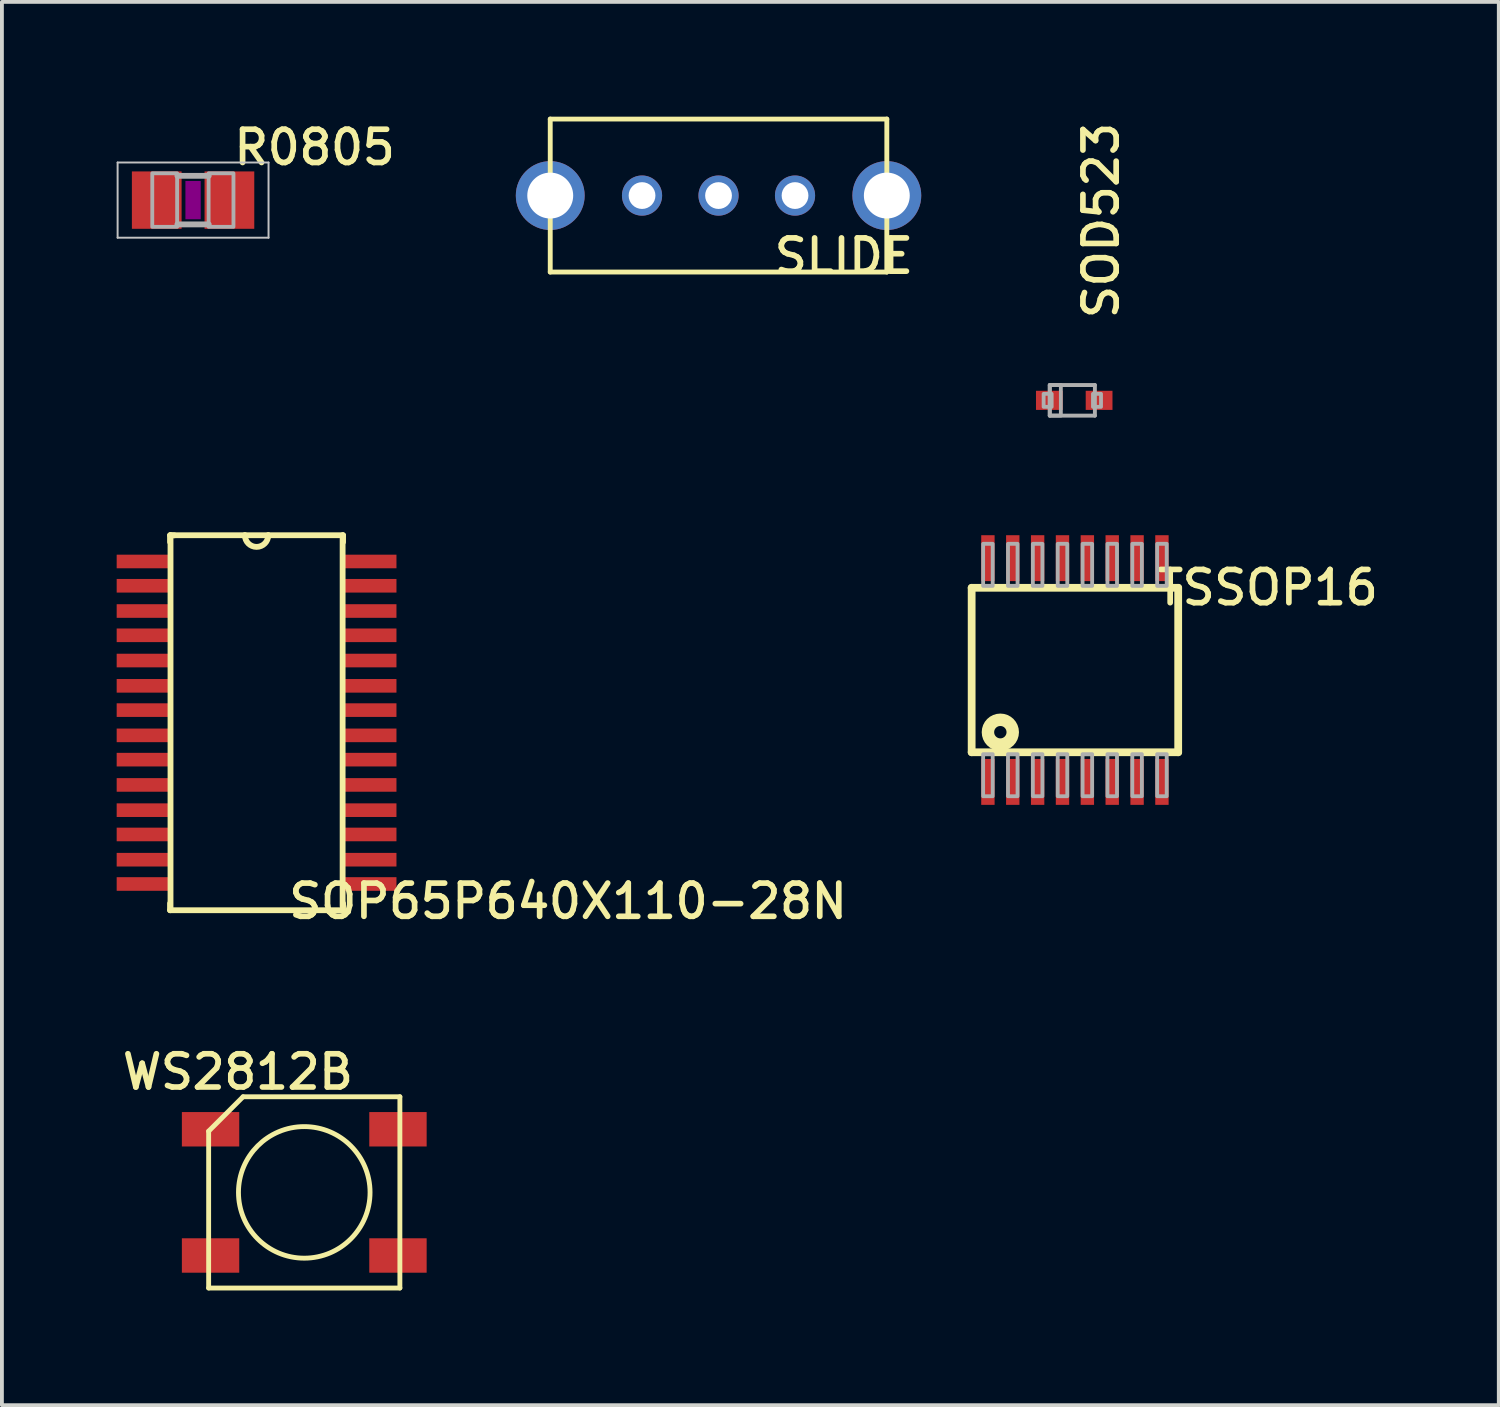
<source format=kicad_pcb>
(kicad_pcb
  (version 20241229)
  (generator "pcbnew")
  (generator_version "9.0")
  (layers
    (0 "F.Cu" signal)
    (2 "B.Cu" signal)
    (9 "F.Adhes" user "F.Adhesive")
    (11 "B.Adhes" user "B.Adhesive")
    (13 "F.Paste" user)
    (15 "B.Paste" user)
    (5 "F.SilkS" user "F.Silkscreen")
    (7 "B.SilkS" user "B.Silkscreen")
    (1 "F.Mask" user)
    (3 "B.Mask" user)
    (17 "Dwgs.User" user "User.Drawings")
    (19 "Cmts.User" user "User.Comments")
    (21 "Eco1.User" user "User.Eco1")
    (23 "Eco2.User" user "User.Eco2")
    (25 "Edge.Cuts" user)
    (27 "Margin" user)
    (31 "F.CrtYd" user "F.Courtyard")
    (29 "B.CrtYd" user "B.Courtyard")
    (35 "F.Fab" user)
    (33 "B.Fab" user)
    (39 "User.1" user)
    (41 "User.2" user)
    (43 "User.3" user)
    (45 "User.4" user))
  (footprint "SOD523"
    (layer "F.Cu")
    (at 24.986 7.417)
    (property "Reference" "SOD523" (at 1.26 -2.06 270) (layer "F.SilkS") (effects (font (size 0.869 0.869) (thickness 0.148)) (justify left bottom)))
    (attr through_hole)
    (fp_line (start -0.59 -0.4) (end 0.59 -0.4) (stroke (width 0.102) (type solid)) (layer "F.Fab"))
    (fp_line (start -0.59 0.4) (end -0.59 -0.4) (stroke (width 0.102) (type solid)) (layer "F.Fab"))
    (fp_line (start 0.59 -0.4) (end 0.59 0.4) (stroke (width 0.102) (type solid)) (layer "F.Fab"))
    (fp_line (start 0.59 0.4) (end -0.59 0.4) (stroke (width 0.102) (type solid)) (layer "F.Fab"))
    (fp_poly (pts (xy -0.75 0.17) (xy -0.54 0.17) (xy -0.54 -0.17) (xy -0.75 -0.17)) (stroke (width 0.1) (type solid)) (fill no) (layer "F.Fab"))
    (fp_poly (pts (xy -0.59 0.4) (xy -0.3 0.4) (xy -0.3 -0.4) (xy -0.59 -0.4)) (stroke (width 0.1) (type solid)) (fill no) (layer "F.Fab"))
    (fp_poly (pts (xy 0.54 0.17) (xy 0.75 0.17) (xy 0.75 -0.17) (xy 0.54 -0.17)) (stroke (width 0.1) (type solid)) (fill no) (layer "F.Fab"))
    (pad "A" smd rect (at 0.7 0) (size 0.7 0.5) (layers "F.Cu" "F.Mask" "F.Paste"))
    (pad "C" smd rect (at -0.6 0) (size 0.7 0.5) (layers "F.Cu" "F.Mask" "F.Paste")))
  (footprint "R0805"
    (layer "F.Cu")
    (at 1.998 2.182)
    (property "Reference" "R0805" (at 0.99 -0.87 180) (layer "F.SilkS") (effects (font (size 0.869 0.869) (thickness 0.148)) (justify left bottom)))
    (attr through_hole)
    (fp_poly (pts (xy -0.2 0.5) (xy 0.2 0.5) (xy 0.2 -0.5) (xy -0.2 -0.5)) (stroke (width 0) (type solid)) (fill yes) (layer "F.Adhes"))
    (fp_line (start -1.973 -0.983) (end 1.973 -0.983) (stroke (width 0.051) (type solid)) (layer "Dwgs.User"))
    (fp_line (start -1.973 0.983) (end -1.973 -0.983) (stroke (width 0.051) (type solid)) (layer "Dwgs.User"))
    (fp_line (start 1.973 -0.983) (end 1.973 0.983) (stroke (width 0.051) (type solid)) (layer "Dwgs.User"))
    (fp_line (start 1.973 0.983) (end -1.973 0.983) (stroke (width 0.051) (type solid)) (layer "Dwgs.User"))
    (fp_line (start -0.41 -0.635) (end 0.41 -0.635) (stroke (width 0.152) (type solid)) (layer "F.Fab"))
    (fp_line (start -0.41 0.635) (end 0.41 0.635) (stroke (width 0.152) (type solid)) (layer "F.Fab"))
    (fp_poly (pts (xy -1.067 0.699) (xy -0.417 0.699) (xy -0.417 -0.702) (xy -1.067 -0.702)) (stroke (width 0.1) (type solid)) (fill no) (layer "F.Fab"))
    (fp_poly (pts (xy 0.406 0.699) (xy 1.056 0.699) (xy 1.056 -0.702) (xy 0.406 -0.702)) (stroke (width 0.1) (type solid)) (fill no) (layer "F.Fab"))
    (pad "1" smd rect (at -0.95 0) (size 1.3 1.5) (layers "F.Cu" "F.Mask" "F.Paste"))
    (pad "2" smd rect (at 0.95 0) (size 1.3 1.5) (layers "F.Cu" "F.Mask" "F.Paste")))
  (footprint "TSSOP16"
    (layer "F.Cu")
    (at 25.054 14.468)
    (property "Reference" "TSSOP16" (at 2.062 -1.647 0) (layer "F.SilkS") (effects (font (size 0.869 0.869) (thickness 0.148)) (justify left bottom)))
    (attr through_hole)
    (fp_poly (pts (xy -2.5 3.6) (xy -2.05 3.6) (xy -2.05 2.25) (xy -2.5 2.25)) (stroke (width 0) (type solid)) (fill yes) (layer "F.Mask"))
    (fp_poly (pts (xy -2.05 -3.6) (xy -2.5 -3.6) (xy -2.5 -2.25) (xy -2.05 -2.25)) (stroke (width 0) (type solid)) (fill yes) (layer "F.Mask"))
    (fp_poly (pts (xy -1.85 3.6) (xy -1.4 3.6) (xy -1.4 2.25) (xy -1.85 2.25)) (stroke (width 0) (type solid)) (fill yes) (layer "F.Mask"))
    (fp_poly (pts (xy -1.4 -3.6) (xy -1.85 -3.6) (xy -1.85 -2.25) (xy -1.4 -2.25)) (stroke (width 0) (type solid)) (fill yes) (layer "F.Mask"))
    (fp_poly (pts (xy -1.2 3.6) (xy -0.75 3.6) (xy -0.75 2.25) (xy -1.2 2.25)) (stroke (width 0) (type solid)) (fill yes) (layer "F.Mask"))
    (fp_poly (pts (xy -0.75 -3.6) (xy -1.2 -3.6) (xy -1.2 -2.25) (xy -0.75 -2.25)) (stroke (width 0) (type solid)) (fill yes) (layer "F.Mask"))
    (fp_poly (pts (xy -0.55 3.6) (xy -0.1 3.6) (xy -0.1 2.25) (xy -0.55 2.25)) (stroke (width 0) (type solid)) (fill yes) (layer "F.Mask"))
    (fp_poly (pts (xy -0.1 -3.6) (xy -0.55 -3.6) (xy -0.55 -2.25) (xy -0.1 -2.25)) (stroke (width 0) (type solid)) (fill yes) (layer "F.Mask"))
    (fp_poly (pts (xy 0.1 3.6) (xy 0.55 3.6) (xy 0.55 2.25) (xy 0.1 2.25)) (stroke (width 0) (type solid)) (fill yes) (layer "F.Mask"))
    (fp_poly (pts (xy 0.55 -3.6) (xy 0.1 -3.6) (xy 0.1 -2.25) (xy 0.55 -2.25)) (stroke (width 0) (type solid)) (fill yes) (layer "F.Mask"))
    (fp_poly (pts (xy 0.75 3.6) (xy 1.2 3.6) (xy 1.2 2.25) (xy 0.75 2.25)) (stroke (width 0) (type solid)) (fill yes) (layer "F.Mask"))
    (fp_poly (pts (xy 1.2 -3.6) (xy 0.75 -3.6) (xy 0.75 -2.25) (xy 1.2 -2.25)) (stroke (width 0) (type solid)) (fill yes) (layer "F.Mask"))
    (fp_poly (pts (xy 1.4 3.6) (xy 1.85 3.6) (xy 1.85 2.25) (xy 1.4 2.25)) (stroke (width 0) (type solid)) (fill yes) (layer "F.Mask"))
    (fp_poly (pts (xy 1.85 -3.6) (xy 1.4 -3.6) (xy 1.4 -2.25) (xy 1.85 -2.25)) (stroke (width 0) (type solid)) (fill yes) (layer "F.Mask"))
    (fp_poly (pts (xy 2.05 3.6) (xy 2.5 3.6) (xy 2.5 2.25) (xy 2.05 2.25)) (stroke (width 0) (type solid)) (fill yes) (layer "F.Mask"))
    (fp_poly (pts (xy 2.5 -3.6) (xy 2.05 -3.6) (xy 2.05 -2.25) (xy 2.5 -2.25)) (stroke (width 0) (type solid)) (fill yes) (layer "F.Mask"))
    (fp_line (start -2.7 -2.15) (end -2.7 2.15) (stroke (width 0.203) (type solid)) (layer "F.SilkS"))
    (fp_line (start -2.7 2.15) (end 2.7 2.15) (stroke (width 0.203) (type solid)) (layer "F.SilkS"))
    (fp_line (start 2.7 -2.15) (end -2.7 -2.15) (stroke (width 0.203) (type solid)) (layer "F.SilkS"))
    (fp_line (start 2.7 2.15) (end 2.7 -2.15) (stroke (width 0.203) (type solid)) (layer "F.SilkS"))
    (fp_circle (center -1.95 1.625) (end -1.788 1.625) (stroke (width 0.325) (type solid)) (fill no) (layer "F.SilkS"))
    (fp_poly (pts (xy -2.15 -2.2) (xy -2.15 -3.3) (xy -2.4 -3.3) (xy -2.4 -2.2)) (stroke (width 0.1) (type solid)) (fill no) (layer "F.Fab"))
    (fp_poly (pts (xy -2.15 3.3) (xy -2.15 2.2) (xy -2.4 2.2) (xy -2.4 3.3)) (stroke (width 0.1) (type solid)) (fill no) (layer "F.Fab"))
    (fp_poly (pts (xy -1.5 -2.2) (xy -1.5 -3.3) (xy -1.75 -3.3) (xy -1.75 -2.2)) (stroke (width 0.1) (type solid)) (fill no) (layer "F.Fab"))
    (fp_poly (pts (xy -1.5 3.3) (xy -1.5 2.2) (xy -1.75 2.2) (xy -1.75 3.3)) (stroke (width 0.1) (type solid)) (fill no) (layer "F.Fab"))
    (fp_poly (pts (xy -0.85 -2.2) (xy -0.85 -3.3) (xy -1.1 -3.3) (xy -1.1 -2.2)) (stroke (width 0.1) (type solid)) (fill no) (layer "F.Fab"))
    (fp_poly (pts (xy -0.85 3.3) (xy -0.85 2.2) (xy -1.1 2.2) (xy -1.1 3.3)) (stroke (width 0.1) (type solid)) (fill no) (layer "F.Fab"))
    (fp_poly (pts (xy -0.2 -2.2) (xy -0.2 -3.3) (xy -0.45 -3.3) (xy -0.45 -2.2)) (stroke (width 0.1) (type solid)) (fill no) (layer "F.Fab"))
    (fp_poly (pts (xy -0.2 3.3) (xy -0.2 2.2) (xy -0.45 2.2) (xy -0.45 3.3)) (stroke (width 0.1) (type solid)) (fill no) (layer "F.Fab"))
    (fp_poly (pts (xy 0.2 -3.3) (xy 0.2 -2.2) (xy 0.45 -2.2) (xy 0.45 -3.3)) (stroke (width 0.1) (type solid)) (fill no) (layer "F.Fab"))
    (fp_poly (pts (xy 0.2 2.2) (xy 0.2 3.3) (xy 0.45 3.3) (xy 0.45 2.2)) (stroke (width 0.1) (type solid)) (fill no) (layer "F.Fab"))
    (fp_poly (pts (xy 0.85 -3.3) (xy 0.85 -2.2) (xy 1.1 -2.2) (xy 1.1 -3.3)) (stroke (width 0.1) (type solid)) (fill no) (layer "F.Fab"))
    (fp_poly (pts (xy 0.85 2.2) (xy 0.85 3.3) (xy 1.1 3.3) (xy 1.1 2.2)) (stroke (width 0.1) (type solid)) (fill no) (layer "F.Fab"))
    (fp_poly (pts (xy 1.5 -3.3) (xy 1.5 -2.2) (xy 1.75 -2.2) (xy 1.75 -3.3)) (stroke (width 0.1) (type solid)) (fill no) (layer "F.Fab"))
    (fp_poly (pts (xy 1.5 2.2) (xy 1.5 3.3) (xy 1.75 3.3) (xy 1.75 2.2)) (stroke (width 0.1) (type solid)) (fill no) (layer "F.Fab"))
    (fp_poly (pts (xy 2.15 -3.3) (xy 2.15 -2.2) (xy 2.4 -2.2) (xy 2.4 -3.3)) (stroke (width 0.1) (type solid)) (fill no) (layer "F.Fab"))
    (fp_poly (pts (xy 2.15 2.2) (xy 2.15 3.3) (xy 2.4 3.3) (xy 2.4 2.2)) (stroke (width 0.1) (type solid)) (fill no) (layer "F.Fab"))
    (pad "1" smd rect (at -2.275 2.925 90) (size 1.2 0.35) (layers "F.Cu" "F.Mask" "F.Paste"))
    (pad "2" smd rect (at -1.625 2.925 90) (size 1.2 0.35) (layers "F.Cu" "F.Mask" "F.Paste"))
    (pad "3" smd rect (at -0.975 2.925 90) (size 1.2 0.35) (layers "F.Cu" "F.Mask" "F.Paste"))
    (pad "4" smd rect (at -0.325 2.925 90) (size 1.2 0.35) (layers "F.Cu" "F.Mask" "F.Paste"))
    (pad "5" smd rect (at 0.325 2.925 270) (size 1.2 0.35) (layers "F.Cu" "F.Mask" "F.Paste"))
    (pad "6" smd rect (at 0.975 2.925 270) (size 1.2 0.35) (layers "F.Cu" "F.Mask" "F.Paste"))
    (pad "7" smd rect (at 1.625 2.925 270) (size 1.2 0.35) (layers "F.Cu" "F.Mask" "F.Paste"))
    (pad "8" smd rect (at 2.275 2.925 270) (size 1.2 0.35) (layers "F.Cu" "F.Mask" "F.Paste"))
    (pad "9" smd rect (at 2.275 -2.925 270) (size 1.2 0.35) (layers "F.Cu" "F.Mask" "F.Paste"))
    (pad "10" smd rect (at 1.625 -2.925 270) (size 1.2 0.35) (layers "F.Cu" "F.Mask" "F.Paste"))
    (pad "11" smd rect (at 0.975 -2.925 270) (size 1.2 0.35) (layers "F.Cu" "F.Mask" "F.Paste"))
    (pad "12" smd rect (at 0.325 -2.925 270) (size 1.2 0.35) (layers "F.Cu" "F.Mask" "F.Paste"))
    (pad "13" smd rect (at -0.325 -2.925 90) (size 1.2 0.35) (layers "F.Cu" "F.Mask" "F.Paste"))
    (pad "14" smd rect (at -0.975 -2.925 90) (size 1.2 0.35) (layers "F.Cu" "F.Mask" "F.Paste"))
    (pad "15" smd rect (at -1.625 -2.925 90) (size 1.2 0.35) (layers "F.Cu" "F.Mask" "F.Paste"))
    (pad "16" smd rect (at -2.275 -2.925 90) (size 1.2 0.35) (layers "F.Cu" "F.Mask" "F.Paste")))
  (footprint "WS2812B"
    (layer "F.Cu")
    (at 4.905 28.125)
    (property "Reference" "WS2812B" (at 1.363 -3.658 180) (layer "F.SilkS") (effects (font (size 0.869 0.869) (thickness 0.148)) (justify right top)))
    (attr through_hole)
    (fp_line (start -2.5 -1.6) (end -1.6 -2.5) (stroke (width 0.127) (type solid)) (layer "F.SilkS"))
    (fp_line (start -2.5 2.5) (end -2.5 -1.6) (stroke (width 0.127) (type solid)) (layer "F.SilkS"))
    (fp_line (start -1.6 -2.5) (end 2.5 -2.5) (stroke (width 0.127) (type solid)) (layer "F.SilkS"))
    (fp_line (start 2.5 -2.5) (end 2.5 2.5) (stroke (width 0.127) (type solid)) (layer "F.SilkS"))
    (fp_line (start 2.5 2.5) (end -2.5 2.5) (stroke (width 0.127) (type solid)) (layer "F.SilkS"))
    (fp_circle (center 0 0) (end 1.72 0) (stroke (width 0.127) (type solid)) (fill no) (layer "F.SilkS"))
    (pad "1-VDD" smd rect (at 2.45 1.65 180) (size 1.5 0.9) (layers "F.Cu" "F.Mask" "F.Paste"))
    (pad "2-DOUT" smd rect (at 2.45 -1.65 180) (size 1.5 0.9) (layers "F.Cu" "F.Mask" "F.Paste"))
    (pad "3-GND" smd rect (at -2.45 -1.65 180) (size 1.5 0.9) (layers "F.Cu" "F.Mask" "F.Paste"))
    (pad "4-DIN" smd rect (at -2.45 1.65 180) (size 1.5 0.9) (layers "F.Cu" "F.Mask" "F.Paste")))
  (footprint "SLIDE"
    (layer "F.Cu")
    (at 15.736 2.063)
    (property "Reference" "SLIDE" (at 1.38 2.09 180) (layer "F.SilkS") (effects (font (size 0.869 0.869) (thickness 0.148)) (justify left bottom)))
    (attr through_hole)
    (fp_line (start -4.4 -2) (end -4.4 2) (stroke (width 0.127) (type solid)) (layer "F.SilkS"))
    (fp_line (start -4.4 2) (end 4.4 2) (stroke (width 0.127) (type solid)) (layer "F.SilkS"))
    (fp_line (start 4.4 -2) (end -4.4 -2) (stroke (width 0.127) (type solid)) (layer "F.SilkS"))
    (fp_line (start 4.4 2) (end 4.4 -2) (stroke (width 0.127) (type solid)) (layer "F.SilkS"))
    (pad "1" thru_hole circle (at -2 0) (size 1.05 1.05) (drill 0.7) (layers "*.Cu" "*.Mask"))
    (pad "2" thru_hole circle (at 0 0) (size 1.05 1.05) (drill 0.7) (layers "*.Cu" "*.Mask"))
    (pad "3" thru_hole circle (at 2 0) (size 1.05 1.05) (drill 0.7) (layers "*.Cu" "*.Mask"))
    (pad "P$4" thru_hole circle (at -4.4 0) (size 1.8 1.8) (drill 1.2) (layers "*.Cu" "*.Mask"))
    (pad "P$5" thru_hole circle (at 4.4 0) (size 1.8 1.8) (drill 1.2) (layers "*.Cu" "*.Mask")))
  (footprint "SOP65P640X110-28N"
    (layer "F.Cu")
    (at 3.658 15.846)
    (property "Reference" "SOP65P640X110-28N" (at 0.765 5.175 180) (layer "F.SilkS") (effects (font (size 0.869 0.869) (thickness 0.148)) (justify left bottom)))
    (attr through_hole)
    (fp_line (start -2.261 -4.902) (end -2.261 -4.724) (stroke (width 0.152) (type solid)) (layer "F.SilkS"))
    (fp_line (start -2.261 4.724) (end -2.261 4.902) (stroke (width 0.152) (type solid)) (layer "F.SilkS"))
    (fp_line (start -2.261 4.902) (end 2.261 4.902) (stroke (width 0.152) (type solid)) (layer "F.SilkS"))
    (fp_line (start -2.25 -4.9) (end -2.25 4.9) (stroke (width 0.152) (type solid)) (layer "F.SilkS"))
    (fp_line (start -2.15 -4.9) (end -2.25 -4.9) (stroke (width 0.152) (type solid)) (layer "F.SilkS"))
    (fp_line (start -0.305 -4.902) (end -2.261 -4.902) (stroke (width 0.152) (type solid)) (layer "F.SilkS"))
    (fp_line (start 0.305 -4.902) (end -0.305 -4.902) (stroke (width 0.152) (type solid)) (layer "F.SilkS"))
    (fp_line (start 2.25 -4.9) (end 2.25 4.8) (stroke (width 0.152) (type solid)) (layer "F.SilkS"))
    (fp_line (start 2.261 -4.902) (end 0.305 -4.902) (stroke (width 0.152) (type solid)) (layer "F.SilkS"))
    (fp_line (start 2.261 -4.724) (end 2.261 -4.902) (stroke (width 0.152) (type solid)) (layer "F.SilkS"))
    (fp_line (start 2.261 4.902) (end 2.261 4.724) (stroke (width 0.152) (type solid)) (layer "F.SilkS"))
    (fp_arc (start 0.3048 -4.9022) (mid 0 -4.5974) (end -0.3048 -4.9022) (stroke (width 0.1524) (type solid)) (layer "F.SilkS"))
    (pad "1" smd rect (at -2.921 -4.216) (size 1.473 0.356) (layers "F.Cu" "F.Mask" "F.Paste"))
    (pad "2" smd rect (at -2.921 -3.581) (size 1.473 0.356) (layers "F.Cu" "F.Mask" "F.Paste"))
    (pad "3" smd rect (at -2.921 -2.921) (size 1.473 0.356) (layers "F.Cu" "F.Mask" "F.Paste"))
    (pad "4" smd rect (at -2.921 -2.286) (size 1.473 0.356) (layers "F.Cu" "F.Mask" "F.Paste"))
    (pad "5" smd rect (at -2.921 -1.626) (size 1.473 0.356) (layers "F.Cu" "F.Mask" "F.Paste"))
    (pad "6" smd rect (at -2.921 -0.965) (size 1.473 0.356) (layers "F.Cu" "F.Mask" "F.Paste"))
    (pad "7" smd rect (at -2.921 -0.33) (size 1.473 0.356) (layers "F.Cu" "F.Mask" "F.Paste"))
    (pad "8" smd rect (at -2.921 0.33) (size 1.473 0.356) (layers "F.Cu" "F.Mask" "F.Paste"))
    (pad "9" smd rect (at -2.921 0.965) (size 1.473 0.356) (layers "F.Cu" "F.Mask" "F.Paste"))
    (pad "10" smd rect (at -2.921 1.626) (size 1.473 0.356) (layers "F.Cu" "F.Mask" "F.Paste"))
    (pad "11" smd rect (at -2.921 2.286) (size 1.473 0.356) (layers "F.Cu" "F.Mask" "F.Paste"))
    (pad "12" smd rect (at -2.921 2.921) (size 1.473 0.356) (layers "F.Cu" "F.Mask" "F.Paste"))
    (pad "13" smd rect (at -2.921 3.581) (size 1.473 0.356) (layers "F.Cu" "F.Mask" "F.Paste"))
    (pad "14" smd rect (at -2.921 4.216) (size 1.473 0.356) (layers "F.Cu" "F.Mask" "F.Paste"))
    (pad "15" smd rect (at 2.921 4.216) (size 1.473 0.356) (layers "F.Cu" "F.Mask" "F.Paste"))
    (pad "16" smd rect (at 2.921 3.581) (size 1.473 0.356) (layers "F.Cu" "F.Mask" "F.Paste"))
    (pad "17" smd rect (at 2.921 2.921) (size 1.473 0.356) (layers "F.Cu" "F.Mask" "F.Paste"))
    (pad "18" smd rect (at 2.921 2.286) (size 1.473 0.356) (layers "F.Cu" "F.Mask" "F.Paste"))
    (pad "19" smd rect (at 2.921 1.626) (size 1.473 0.356) (layers "F.Cu" "F.Mask" "F.Paste"))
    (pad "20" smd rect (at 2.921 0.965) (size 1.473 0.356) (layers "F.Cu" "F.Mask" "F.Paste"))
    (pad "21" smd rect (at 2.921 0.33) (size 1.473 0.356) (layers "F.Cu" "F.Mask" "F.Paste"))
    (pad "22" smd rect (at 2.921 -0.33) (size 1.473 0.356) (layers "F.Cu" "F.Mask" "F.Paste"))
    (pad "23" smd rect (at 2.921 -0.965) (size 1.473 0.356) (layers "F.Cu" "F.Mask" "F.Paste"))
    (pad "24" smd rect (at 2.921 -1.626) (size 1.473 0.356) (layers "F.Cu" "F.Mask" "F.Paste"))
    (pad "25" smd rect (at 2.921 -2.286) (size 1.473 0.356) (layers "F.Cu" "F.Mask" "F.Paste"))
    (pad "26" smd rect (at 2.921 -2.921) (size 1.473 0.356) (layers "F.Cu" "F.Mask" "F.Paste"))
    (pad "27" smd rect (at 2.921 -3.581) (size 1.473 0.356) (layers "F.Cu" "F.Mask" "F.Paste"))
    (pad "28" smd rect (at 2.921 -4.216) (size 1.473 0.356) (layers "F.Cu" "F.Mask" "F.Paste")))
  (gr_rect
    (start -3 -3)
    (end 36.136 33.689)
    (stroke (width 0.1) (type default))
    (fill no)
    (layer "Edge.Cuts")))
</source>
